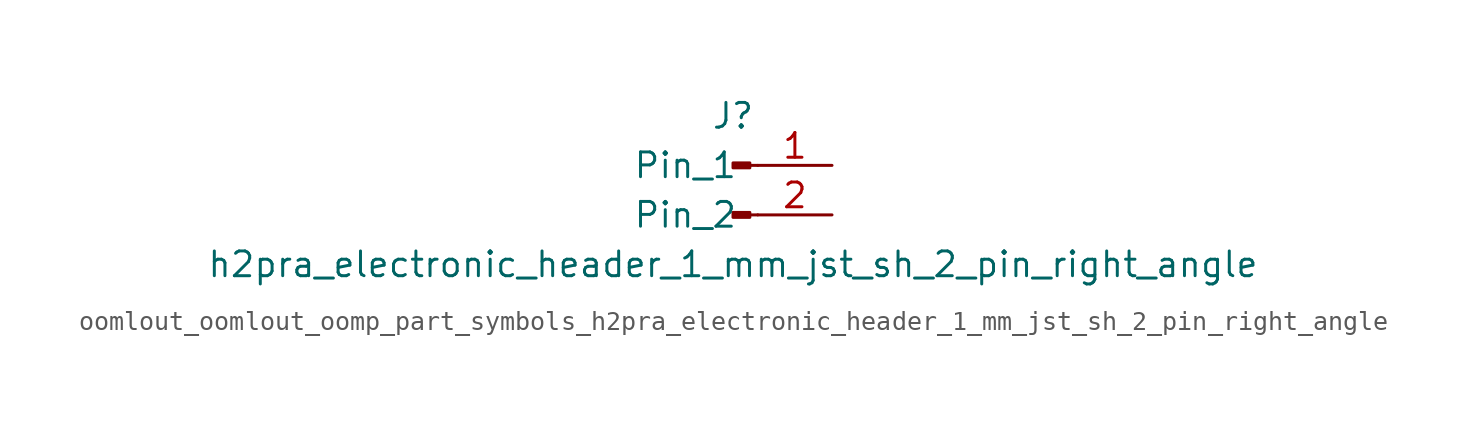
<source format=kicad_sym>
(kicad_symbol_lib
  (version 20220914)
  (generator kicad_symbol_editor)
  (symbol "oomlout_oomlout_oomp_part_symbols_h2pra_electronic_header_1_mm_jst_sh_2_pin_right_angle"
    (pin_names
      (offset 1.016))
    (property "Reference" "J"
      (at 0 2.54 0)
      (effects (font (size 1.27 1.27))))
    (property "Value" "h2pra_electronic_header_1_mm_jst_sh_2_pin_right_angle"
      (at 0 -5.08 0)
      (effects (font (size 1.27 1.27))))
    (property "ki_locked" ""
      (at 0 0 0)
      (effects (font (size 1.27 1.27))))
    (symbol "oomlout_oomlout_oomp_part_symbols_h2pra_electronic_header_1_mm_jst_sh_2_pin_right_angle_1_1"
      (polyline (pts (xy 1.27 -2.54) (xy 0.864 -2.54)) (stroke (width 0.152) (type default)) (fill (type none)))
      (polyline (pts (xy 1.27 0) (xy 0.864 0)) (stroke (width 0.152) (type default)) (fill (type none)))
      (rectangle (start 0.864 -2.413) (end 0 -2.667) (stroke (width 0.152) (type default)) (fill (type outline)))
      (rectangle (start 0.864 0.127) (end 0 -0.127) (stroke (width 0.152) (type default)) (fill (type outline)))
      (pin passive line (at 5.08 0 180) (length 3.81) (name "Pin_1" (effects (font (size 1.27 1.27)))) (number "1" (effects (font (size 1.27 1.27)))))
      (pin passive line (at 5.08 -2.54 180) (length 3.81) (name "Pin_2" (effects (font (size 1.27 1.27)))) (number "2" (effects (font (size 1.27 1.27))))))))
</source>
